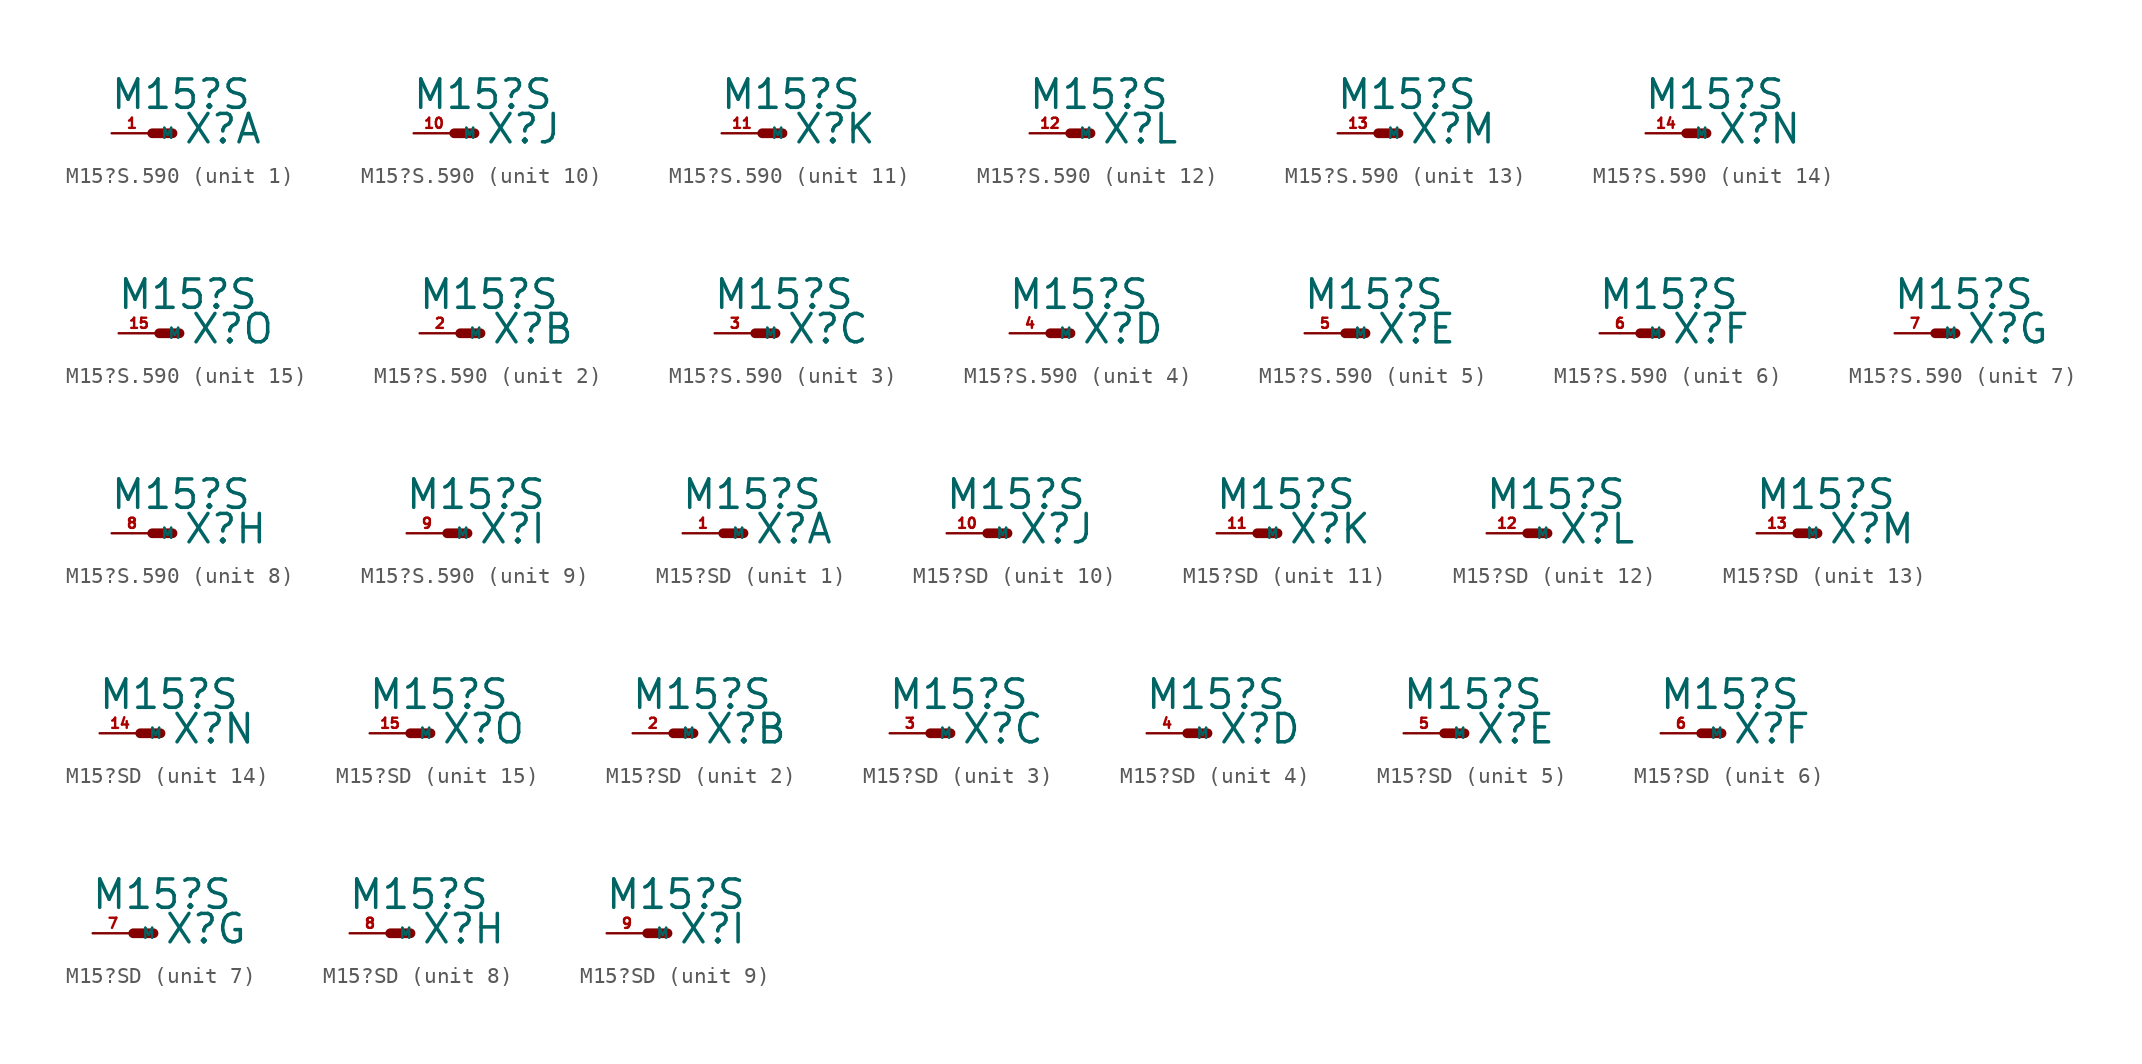
<source format=kicad_sym>
(kicad_symbol_lib
  (version 20220914)
  (generator Eagle2Kicad)
  (symbol "M15?S.590"
    (property "Reference" "X"
      (at 1.905 -0.762 0)
      (effects (font (size 1.778 1.778) (thickness 0.22)) (justify left bottom)))
    (property "Value" "M15?S"
      (at -2.667 1.397 0)
      (effects (font (size 1.778 1.778) (thickness 0.22)) (justify left bottom)))
    (symbol "M15?S.590_1_0"
      (polyline (pts (xy 0 0) (xy 1.27 0)) (stroke (width 0.61) (type default)) (fill (type none)))
      (pin passive line (at -2.54 0 0) (length 2.54) (name "M" (effects (font (size 0.635 0.635) (thickness 0.08)) (justify left bottom))) (number "1" (effects (font (size 0.635 0.635) (thickness 0.08)) (justify left bottom)))))
    (symbol "M15?S.590_2_0"
      (polyline (pts (xy 0 0) (xy 1.27 0)) (stroke (width 0.61) (type default)) (fill (type none)))
      (pin passive line (at -2.54 0 0) (length 2.54) (name "M" (effects (font (size 0.635 0.635) (thickness 0.08)) (justify left bottom))) (number "2" (effects (font (size 0.635 0.635) (thickness 0.08)) (justify left bottom)))))
    (symbol "M15?S.590_3_0"
      (polyline (pts (xy 0 0) (xy 1.27 0)) (stroke (width 0.61) (type default)) (fill (type none)))
      (pin passive line (at -2.54 0 0) (length 2.54) (name "M" (effects (font (size 0.635 0.635) (thickness 0.08)) (justify left bottom))) (number "3" (effects (font (size 0.635 0.635) (thickness 0.08)) (justify left bottom)))))
    (symbol "M15?S.590_4_0"
      (polyline (pts (xy 0 0) (xy 1.27 0)) (stroke (width 0.61) (type default)) (fill (type none)))
      (pin passive line (at -2.54 0 0) (length 2.54) (name "M" (effects (font (size 0.635 0.635) (thickness 0.08)) (justify left bottom))) (number "4" (effects (font (size 0.635 0.635) (thickness 0.08)) (justify left bottom)))))
    (symbol "M15?S.590_5_0"
      (polyline (pts (xy 0 0) (xy 1.27 0)) (stroke (width 0.61) (type default)) (fill (type none)))
      (pin passive line (at -2.54 0 0) (length 2.54) (name "M" (effects (font (size 0.635 0.635) (thickness 0.08)) (justify left bottom))) (number "5" (effects (font (size 0.635 0.635) (thickness 0.08)) (justify left bottom)))))
    (symbol "M15?S.590_6_0"
      (polyline (pts (xy 0 0) (xy 1.27 0)) (stroke (width 0.61) (type default)) (fill (type none)))
      (pin passive line (at -2.54 0 0) (length 2.54) (name "M" (effects (font (size 0.635 0.635) (thickness 0.08)) (justify left bottom))) (number "6" (effects (font (size 0.635 0.635) (thickness 0.08)) (justify left bottom)))))
    (symbol "M15?S.590_7_0"
      (polyline (pts (xy 0 0) (xy 1.27 0)) (stroke (width 0.61) (type default)) (fill (type none)))
      (pin passive line (at -2.54 0 0) (length 2.54) (name "M" (effects (font (size 0.635 0.635) (thickness 0.08)) (justify left bottom))) (number "7" (effects (font (size 0.635 0.635) (thickness 0.08)) (justify left bottom)))))
    (symbol "M15?S.590_8_0"
      (polyline (pts (xy 0 0) (xy 1.27 0)) (stroke (width 0.61) (type default)) (fill (type none)))
      (pin passive line (at -2.54 0 0) (length 2.54) (name "M" (effects (font (size 0.635 0.635) (thickness 0.08)) (justify left bottom))) (number "8" (effects (font (size 0.635 0.635) (thickness 0.08)) (justify left bottom)))))
    (symbol "M15?S.590_9_0"
      (polyline (pts (xy 0 0) (xy 1.27 0)) (stroke (width 0.61) (type default)) (fill (type none)))
      (pin passive line (at -2.54 0 0) (length 2.54) (name "M" (effects (font (size 0.635 0.635) (thickness 0.08)) (justify left bottom))) (number "9" (effects (font (size 0.635 0.635) (thickness 0.08)) (justify left bottom)))))
    (symbol "M15?S.590_10_0"
      (polyline (pts (xy 0 0) (xy 1.27 0)) (stroke (width 0.61) (type default)) (fill (type none)))
      (pin passive line (at -2.54 0 0) (length 2.54) (name "M" (effects (font (size 0.635 0.635) (thickness 0.08)) (justify left bottom))) (number "10" (effects (font (size 0.635 0.635) (thickness 0.08)) (justify left bottom)))))
    (symbol "M15?S.590_11_0"
      (polyline (pts (xy 0 0) (xy 1.27 0)) (stroke (width 0.61) (type default)) (fill (type none)))
      (pin passive line (at -2.54 0 0) (length 2.54) (name "M" (effects (font (size 0.635 0.635) (thickness 0.08)) (justify left bottom))) (number "11" (effects (font (size 0.635 0.635) (thickness 0.08)) (justify left bottom)))))
    (symbol "M15?S.590_12_0"
      (polyline (pts (xy 0 0) (xy 1.27 0)) (stroke (width 0.61) (type default)) (fill (type none)))
      (pin passive line (at -2.54 0 0) (length 2.54) (name "M" (effects (font (size 0.635 0.635) (thickness 0.08)) (justify left bottom))) (number "12" (effects (font (size 0.635 0.635) (thickness 0.08)) (justify left bottom)))))
    (symbol "M15?S.590_13_0"
      (polyline (pts (xy 0 0) (xy 1.27 0)) (stroke (width 0.61) (type default)) (fill (type none)))
      (pin passive line (at -2.54 0 0) (length 2.54) (name "M" (effects (font (size 0.635 0.635) (thickness 0.08)) (justify left bottom))) (number "13" (effects (font (size 0.635 0.635) (thickness 0.08)) (justify left bottom)))))
    (symbol "M15?S.590_14_0"
      (polyline (pts (xy 0 0) (xy 1.27 0)) (stroke (width 0.61) (type default)) (fill (type none)))
      (pin passive line (at -2.54 0 0) (length 2.54) (name "M" (effects (font (size 0.635 0.635) (thickness 0.08)) (justify left bottom))) (number "14" (effects (font (size 0.635 0.635) (thickness 0.08)) (justify left bottom)))))
    (symbol "M15?S.590_15_0"
      (polyline (pts (xy 0 0) (xy 1.27 0)) (stroke (width 0.61) (type default)) (fill (type none)))
      (pin passive line (at -2.54 0 0) (length 2.54) (name "M" (effects (font (size 0.635 0.635) (thickness 0.08)) (justify left bottom))) (number "15" (effects (font (size 0.635 0.635) (thickness 0.08)) (justify left bottom))))))
  (symbol "M15?SD"
    (property "Reference" "X"
      (at 1.905 -0.762 0)
      (effects (font (size 1.778 1.778) (thickness 0.22)) (justify left bottom)))
    (property "Value" "M15?S"
      (at -2.667 1.397 0)
      (effects (font (size 1.778 1.778) (thickness 0.22)) (justify left bottom)))
    (symbol "M15?SD_1_0"
      (polyline (pts (xy 0 0) (xy 1.27 0)) (stroke (width 0.61) (type default)) (fill (type none)))
      (pin passive line (at -2.54 0 0) (length 2.54) (name "M" (effects (font (size 0.635 0.635) (thickness 0.08)) (justify left bottom))) (number "1" (effects (font (size 0.635 0.635) (thickness 0.08)) (justify left bottom)))))
    (symbol "M15?SD_2_0"
      (polyline (pts (xy 0 0) (xy 1.27 0)) (stroke (width 0.61) (type default)) (fill (type none)))
      (pin passive line (at -2.54 0 0) (length 2.54) (name "M" (effects (font (size 0.635 0.635) (thickness 0.08)) (justify left bottom))) (number "2" (effects (font (size 0.635 0.635) (thickness 0.08)) (justify left bottom)))))
    (symbol "M15?SD_3_0"
      (polyline (pts (xy 0 0) (xy 1.27 0)) (stroke (width 0.61) (type default)) (fill (type none)))
      (pin passive line (at -2.54 0 0) (length 2.54) (name "M" (effects (font (size 0.635 0.635) (thickness 0.08)) (justify left bottom))) (number "3" (effects (font (size 0.635 0.635) (thickness 0.08)) (justify left bottom)))))
    (symbol "M15?SD_4_0"
      (polyline (pts (xy 0 0) (xy 1.27 0)) (stroke (width 0.61) (type default)) (fill (type none)))
      (pin passive line (at -2.54 0 0) (length 2.54) (name "M" (effects (font (size 0.635 0.635) (thickness 0.08)) (justify left bottom))) (number "4" (effects (font (size 0.635 0.635) (thickness 0.08)) (justify left bottom)))))
    (symbol "M15?SD_5_0"
      (polyline (pts (xy 0 0) (xy 1.27 0)) (stroke (width 0.61) (type default)) (fill (type none)))
      (pin passive line (at -2.54 0 0) (length 2.54) (name "M" (effects (font (size 0.635 0.635) (thickness 0.08)) (justify left bottom))) (number "5" (effects (font (size 0.635 0.635) (thickness 0.08)) (justify left bottom)))))
    (symbol "M15?SD_6_0"
      (polyline (pts (xy 0 0) (xy 1.27 0)) (stroke (width 0.61) (type default)) (fill (type none)))
      (pin passive line (at -2.54 0 0) (length 2.54) (name "M" (effects (font (size 0.635 0.635) (thickness 0.08)) (justify left bottom))) (number "6" (effects (font (size 0.635 0.635) (thickness 0.08)) (justify left bottom)))))
    (symbol "M15?SD_7_0"
      (polyline (pts (xy 0 0) (xy 1.27 0)) (stroke (width 0.61) (type default)) (fill (type none)))
      (pin passive line (at -2.54 0 0) (length 2.54) (name "M" (effects (font (size 0.635 0.635) (thickness 0.08)) (justify left bottom))) (number "7" (effects (font (size 0.635 0.635) (thickness 0.08)) (justify left bottom)))))
    (symbol "M15?SD_8_0"
      (polyline (pts (xy 0 0) (xy 1.27 0)) (stroke (width 0.61) (type default)) (fill (type none)))
      (pin passive line (at -2.54 0 0) (length 2.54) (name "M" (effects (font (size 0.635 0.635) (thickness 0.08)) (justify left bottom))) (number "8" (effects (font (size 0.635 0.635) (thickness 0.08)) (justify left bottom)))))
    (symbol "M15?SD_9_0"
      (polyline (pts (xy 0 0) (xy 1.27 0)) (stroke (width 0.61) (type default)) (fill (type none)))
      (pin passive line (at -2.54 0 0) (length 2.54) (name "M" (effects (font (size 0.635 0.635) (thickness 0.08)) (justify left bottom))) (number "9" (effects (font (size 0.635 0.635) (thickness 0.08)) (justify left bottom)))))
    (symbol "M15?SD_10_0"
      (polyline (pts (xy 0 0) (xy 1.27 0)) (stroke (width 0.61) (type default)) (fill (type none)))
      (pin passive line (at -2.54 0 0) (length 2.54) (name "M" (effects (font (size 0.635 0.635) (thickness 0.08)) (justify left bottom))) (number "10" (effects (font (size 0.635 0.635) (thickness 0.08)) (justify left bottom)))))
    (symbol "M15?SD_11_0"
      (polyline (pts (xy 0 0) (xy 1.27 0)) (stroke (width 0.61) (type default)) (fill (type none)))
      (pin passive line (at -2.54 0 0) (length 2.54) (name "M" (effects (font (size 0.635 0.635) (thickness 0.08)) (justify left bottom))) (number "11" (effects (font (size 0.635 0.635) (thickness 0.08)) (justify left bottom)))))
    (symbol "M15?SD_12_0"
      (polyline (pts (xy 0 0) (xy 1.27 0)) (stroke (width 0.61) (type default)) (fill (type none)))
      (pin passive line (at -2.54 0 0) (length 2.54) (name "M" (effects (font (size 0.635 0.635) (thickness 0.08)) (justify left bottom))) (number "12" (effects (font (size 0.635 0.635) (thickness 0.08)) (justify left bottom)))))
    (symbol "M15?SD_13_0"
      (polyline (pts (xy 0 0) (xy 1.27 0)) (stroke (width 0.61) (type default)) (fill (type none)))
      (pin passive line (at -2.54 0 0) (length 2.54) (name "M" (effects (font (size 0.635 0.635) (thickness 0.08)) (justify left bottom))) (number "13" (effects (font (size 0.635 0.635) (thickness 0.08)) (justify left bottom)))))
    (symbol "M15?SD_14_0"
      (polyline (pts (xy 0 0) (xy 1.27 0)) (stroke (width 0.61) (type default)) (fill (type none)))
      (pin passive line (at -2.54 0 0) (length 2.54) (name "M" (effects (font (size 0.635 0.635) (thickness 0.08)) (justify left bottom))) (number "14" (effects (font (size 0.635 0.635) (thickness 0.08)) (justify left bottom)))))
    (symbol "M15?SD_15_0"
      (polyline (pts (xy 0 0) (xy 1.27 0)) (stroke (width 0.61) (type default)) (fill (type none)))
      (pin passive line (at -2.54 0 0) (length 2.54) (name "M" (effects (font (size 0.635 0.635) (thickness 0.08)) (justify left bottom))) (number "15" (effects (font (size 0.635 0.635) (thickness 0.08)) (justify left bottom)))))))
</source>
